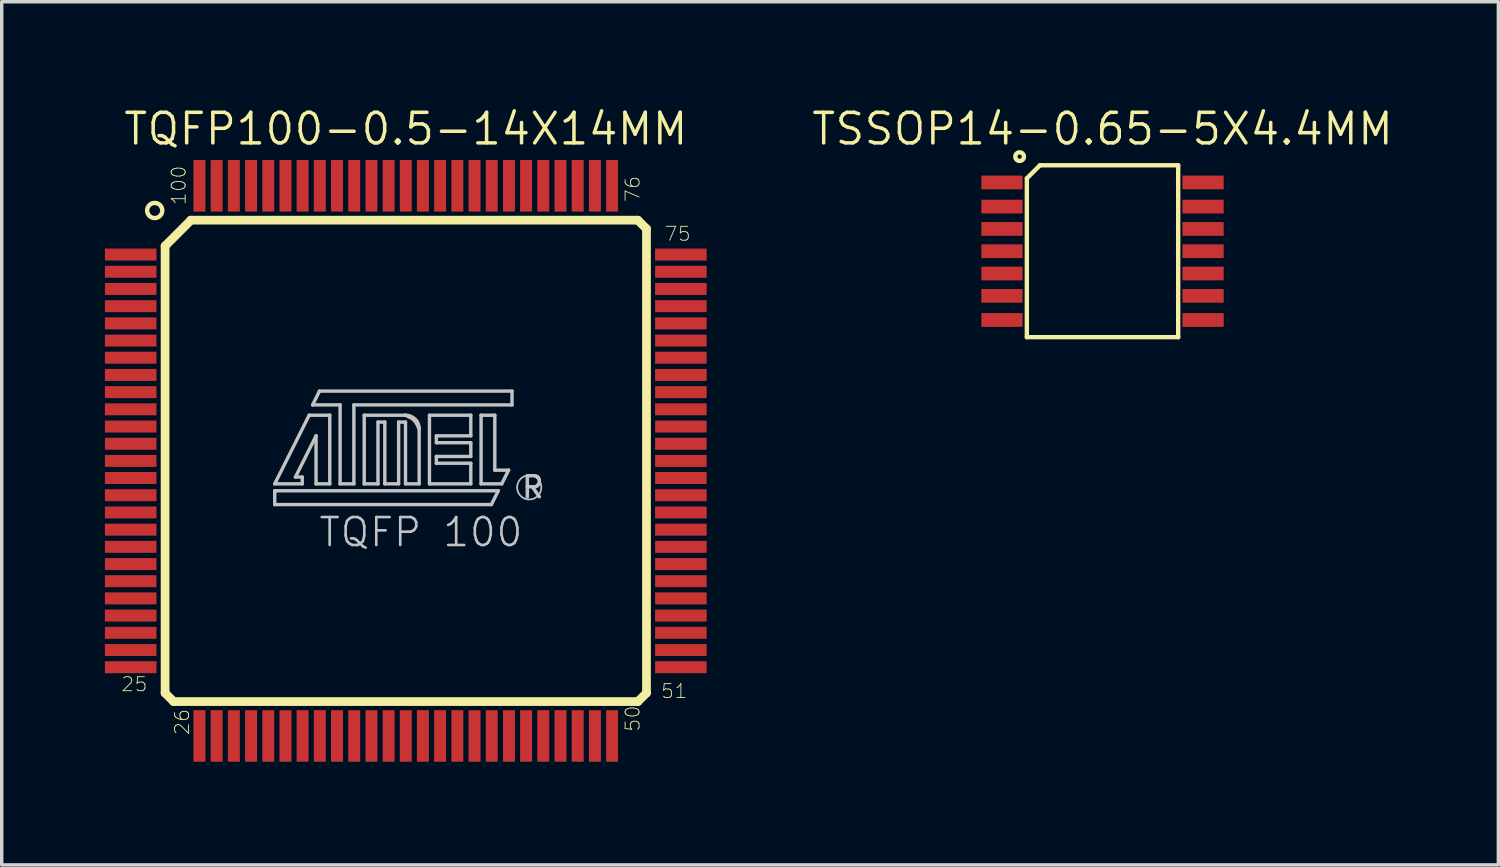
<source format=kicad_pcb>
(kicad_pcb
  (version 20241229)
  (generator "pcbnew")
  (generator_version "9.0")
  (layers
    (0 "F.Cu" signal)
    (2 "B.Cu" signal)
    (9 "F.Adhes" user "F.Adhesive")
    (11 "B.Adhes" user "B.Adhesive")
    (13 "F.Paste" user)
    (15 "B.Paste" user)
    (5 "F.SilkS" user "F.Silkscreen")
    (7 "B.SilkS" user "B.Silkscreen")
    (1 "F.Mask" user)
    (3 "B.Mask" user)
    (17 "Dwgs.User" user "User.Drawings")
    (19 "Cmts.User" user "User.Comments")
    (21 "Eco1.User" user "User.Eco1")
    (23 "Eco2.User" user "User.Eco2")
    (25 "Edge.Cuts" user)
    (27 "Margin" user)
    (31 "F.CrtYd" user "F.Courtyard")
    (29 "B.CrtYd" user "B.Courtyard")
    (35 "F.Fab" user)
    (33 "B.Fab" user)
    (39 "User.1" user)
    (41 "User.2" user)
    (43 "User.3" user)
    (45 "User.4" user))
  (footprint "TQFP100-0.5-14X14MM"
    (layer "F.Cu")
    (at 8.748 10.35)
    (property "Reference" "TQFP100-0.5-14X14MM" (at 0 -9.652 0) (layer "F.SilkS") (effects (font (size 0.889 0.889) (thickness 0.102))))
    (attr smd)
    (fp_line (start -6.998 -6.248) (end -6.248 -6.998) (stroke (width 0.254) (type solid)) (layer "F.SilkS"))
    (fp_line (start -6.998 6.749) (end -6.998 -6.248) (stroke (width 0.254) (type solid)) (layer "F.SilkS"))
    (fp_line (start -6.749 6.998) (end -6.998 6.749) (stroke (width 0.254) (type solid)) (layer "F.SilkS"))
    (fp_line (start -6.248 -6.998) (end 6.749 -6.998) (stroke (width 0.254) (type solid)) (layer "F.SilkS"))
    (fp_line (start 6.749 -6.998) (end 6.998 -6.749) (stroke (width 0.254) (type solid)) (layer "F.SilkS"))
    (fp_line (start 6.749 6.998) (end -6.749 6.998) (stroke (width 0.254) (type solid)) (layer "F.SilkS"))
    (fp_line (start 6.998 -6.749) (end 6.998 6.749) (stroke (width 0.254) (type solid)) (layer "F.SilkS"))
    (fp_line (start 6.998 6.749) (end 6.749 6.998) (stroke (width 0.254) (type solid)) (layer "F.SilkS"))
    (fp_circle (center -7.3 -7.28) (end -7.13 -7.14) (stroke (width 0.127) (type solid)) (fill no) (layer "F.SilkS"))
    (fp_line (start -3.81 0.668) (end -2.809 -1.328) (stroke (width 0.099) (type solid)) (layer "Dwgs.User"))
    (fp_line (start -3.81 0.869) (end -3.81 1.27) (stroke (width 0.099) (type solid)) (layer "Dwgs.User"))
    (fp_line (start -3.81 1.27) (end 2.489 1.27) (stroke (width 0.099) (type solid)) (layer "Dwgs.User"))
    (fp_line (start -3.208 0.47) (end -3.01 0.47) (stroke (width 0.099) (type solid)) (layer "Dwgs.User"))
    (fp_line (start -3.01 0.47) (end -3.01 0.668) (stroke (width 0.099) (type solid)) (layer "Dwgs.User"))
    (fp_line (start -3.01 0.668) (end -3.81 0.668) (stroke (width 0.099) (type solid)) (layer "Dwgs.User"))
    (fp_line (start -2.809 -1.328) (end -2.21 -1.328) (stroke (width 0.099) (type solid)) (layer "Dwgs.User"))
    (fp_line (start -2.708 -1.628) (end -2.51 -2.029) (stroke (width 0.099) (type solid)) (layer "Dwgs.User"))
    (fp_line (start -2.609 -0.729) (end -3.208 0.47) (stroke (width 0.099) (type solid)) (layer "Dwgs.User"))
    (fp_line (start -2.609 0.668) (end -2.609 -0.729) (stroke (width 0.099) (type solid)) (layer "Dwgs.User"))
    (fp_line (start -2.51 -2.029) (end 3.089 -2.029) (stroke (width 0.099) (type solid)) (layer "Dwgs.User"))
    (fp_line (start -2.21 -1.328) (end -2.21 0.668) (stroke (width 0.099) (type solid)) (layer "Dwgs.User"))
    (fp_line (start -2.21 0.668) (end -2.609 0.668) (stroke (width 0.099) (type solid)) (layer "Dwgs.User"))
    (fp_line (start -1.91 -1.628) (end -2.708 -1.628) (stroke (width 0.099) (type solid)) (layer "Dwgs.User"))
    (fp_line (start -1.91 0.668) (end -1.91 -1.628) (stroke (width 0.099) (type solid)) (layer "Dwgs.User"))
    (fp_line (start -1.509 -1.628) (end -1.509 0.668) (stroke (width 0.099) (type solid)) (layer "Dwgs.User"))
    (fp_line (start -1.509 0.668) (end -1.91 0.668) (stroke (width 0.099) (type solid)) (layer "Dwgs.User"))
    (fp_line (start -1.209 -1.328) (end -1.209 0.668) (stroke (width 0.099) (type solid)) (layer "Dwgs.User"))
    (fp_line (start -1.209 0.668) (end -0.808 0.668) (stroke (width 0.099) (type solid)) (layer "Dwgs.User"))
    (fp_line (start -0.808 -1.128) (end -0.61 -1.128) (stroke (width 0.099) (type solid)) (layer "Dwgs.User"))
    (fp_line (start -0.808 0.668) (end -0.808 -1.128) (stroke (width 0.099) (type solid)) (layer "Dwgs.User"))
    (fp_line (start -0.61 -1.128) (end -0.61 0.668) (stroke (width 0.099) (type solid)) (layer "Dwgs.User"))
    (fp_line (start -0.61 0.668) (end -0.208 0.668) (stroke (width 0.099) (type solid)) (layer "Dwgs.User"))
    (fp_line (start -0.208 -1.128) (end -0.008 -1.128) (stroke (width 0.099) (type solid)) (layer "Dwgs.User"))
    (fp_line (start -0.208 0.668) (end -0.208 -1.128) (stroke (width 0.099) (type solid)) (layer "Dwgs.User"))
    (fp_line (start -0.008 -1.328) (end -1.209 -1.328) (stroke (width 0.099) (type solid)) (layer "Dwgs.User"))
    (fp_line (start -0.008 -1.128) (end -0.008 0.668) (stroke (width 0.099) (type solid)) (layer "Dwgs.User"))
    (fp_line (start -0.008 0.668) (end 0.389 0.668) (stroke (width 0.099) (type solid)) (layer "Dwgs.User"))
    (fp_line (start 0.188 -1.229) (end -0.008 -1.328) (stroke (width 0.099) (type solid)) (layer "Dwgs.User"))
    (fp_line (start 0.29 -1.128) (end 0.188 -1.229) (stroke (width 0.099) (type solid)) (layer "Dwgs.User"))
    (fp_line (start 0.389 -0.93) (end 0.29 -1.128) (stroke (width 0.099) (type solid)) (layer "Dwgs.User"))
    (fp_line (start 0.389 0.668) (end 0.389 -0.93) (stroke (width 0.099) (type solid)) (layer "Dwgs.User"))
    (fp_line (start 0.688 -1.328) (end 0.688 0.668) (stroke (width 0.099) (type solid)) (layer "Dwgs.User"))
    (fp_line (start 0.688 0.668) (end 1.89 0.668) (stroke (width 0.099) (type solid)) (layer "Dwgs.User"))
    (fp_line (start 0.889 -0.729) (end 1.89 -0.729) (stroke (width 0.099) (type solid)) (layer "Dwgs.User"))
    (fp_line (start 0.889 -0.528) (end 0.889 -0.729) (stroke (width 0.099) (type solid)) (layer "Dwgs.User"))
    (fp_line (start 0.889 -0.13) (end 1.89 -0.13) (stroke (width 0.099) (type solid)) (layer "Dwgs.User"))
    (fp_line (start 0.889 0.069) (end 0.889 -0.13) (stroke (width 0.099) (type solid)) (layer "Dwgs.User"))
    (fp_line (start 1.89 -1.328) (end 0.688 -1.328) (stroke (width 0.099) (type solid)) (layer "Dwgs.User"))
    (fp_line (start 1.89 -0.729) (end 1.89 -1.328) (stroke (width 0.099) (type solid)) (layer "Dwgs.User"))
    (fp_line (start 1.89 -0.528) (end 0.889 -0.528) (stroke (width 0.099) (type solid)) (layer "Dwgs.User"))
    (fp_line (start 1.89 -0.13) (end 1.89 -0.528) (stroke (width 0.099) (type solid)) (layer "Dwgs.User"))
    (fp_line (start 1.89 0.069) (end 0.889 0.069) (stroke (width 0.099) (type solid)) (layer "Dwgs.User"))
    (fp_line (start 1.89 0.668) (end 1.89 0.069) (stroke (width 0.099) (type solid)) (layer "Dwgs.User"))
    (fp_line (start 2.189 -1.328) (end 2.189 0.668) (stroke (width 0.099) (type solid)) (layer "Dwgs.User"))
    (fp_line (start 2.189 0.668) (end 2.789 0.668) (stroke (width 0.099) (type solid)) (layer "Dwgs.User"))
    (fp_line (start 2.489 1.27) (end 2.69 0.869) (stroke (width 0.099) (type solid)) (layer "Dwgs.User"))
    (fp_line (start 2.588 -1.328) (end 2.189 -1.328) (stroke (width 0.099) (type solid)) (layer "Dwgs.User"))
    (fp_line (start 2.588 0.269) (end 2.588 -1.328) (stroke (width 0.099) (type solid)) (layer "Dwgs.User"))
    (fp_line (start 2.69 0.869) (end -3.81 0.869) (stroke (width 0.099) (type solid)) (layer "Dwgs.User"))
    (fp_line (start 2.789 0.668) (end 2.99 0.269) (stroke (width 0.099) (type solid)) (layer "Dwgs.User"))
    (fp_line (start 2.99 0.269) (end 2.588 0.269) (stroke (width 0.099) (type solid)) (layer "Dwgs.User"))
    (fp_line (start 3.089 -2.029) (end 3.089 -1.628) (stroke (width 0.099) (type solid)) (layer "Dwgs.User"))
    (fp_line (start 3.089 -1.628) (end -1.509 -1.628) (stroke (width 0.099) (type solid)) (layer "Dwgs.User"))
    (fp_arc (start -0.00762 -1.32842) (mid 0.27436 -1.21162) (end 0.39116 -0.92964) (stroke (width 0.1016) (type solid)) (layer "Dwgs.User"))
    (fp_circle (center 3.589 0.77) (end 3.838 1.019) (stroke (width 0.051) (type solid)) (fill no) (layer "Dwgs.User"))
    (fp_text user "25" (at -7.892 6.495 0) (layer "F.SilkS") (effects (font (size 0.406 0.406) (thickness 0.025))))
    (fp_text user "76" (at 6.596 -7.904 90) (layer "F.SilkS") (effects (font (size 0.406 0.406) (thickness 0.025))))
    (fp_text user "51" (at 7.805 6.695 0) (layer "F.SilkS") (effects (font (size 0.406 0.406) (thickness 0.025))))
    (fp_text user "100" (at -6.601 -8.009 90) (layer "F.SilkS") (effects (font (size 0.406 0.406) (thickness 0.025))))
    (fp_text user "50" (at 6.596 7.493 90) (layer "F.SilkS") (effects (font (size 0.406 0.406) (thickness 0.025))))
    (fp_text user "26" (at -6.502 7.592 90) (layer "F.SilkS") (effects (font (size 0.406 0.406) (thickness 0.025))))
    (fp_text user "75" (at 7.904 -6.601 0) (layer "F.SilkS") (effects (font (size 0.406 0.406) (thickness 0.025))))
    (fp_text user "TQFP 100" (at 0.439 2.073 0) (layer "Dwgs.User") (effects (font (size 0.813 0.813) (thickness 0.076))))
    (fp_text user "R" (at 3.693 0.765 0) (layer "Dwgs.User") (effects (font (size 0.61 0.61) (thickness 0.102))))
    (pad "1" smd rect (at -7.998 -5.999) (size 1.499 0.348) (layers "F.Cu" "F.Mask" "F.Paste"))
    (pad "2" smd rect (at -7.998 -5.499) (size 1.499 0.348) (layers "F.Cu" "F.Mask" "F.Paste"))
    (pad "3" smd rect (at -7.998 -4.999) (size 1.499 0.348) (layers "F.Cu" "F.Mask" "F.Paste"))
    (pad "4" smd rect (at -7.998 -4.498) (size 1.499 0.348) (layers "F.Cu" "F.Mask" "F.Paste"))
    (pad "5" smd rect (at -7.998 -3.998) (size 1.499 0.348) (layers "F.Cu" "F.Mask" "F.Paste"))
    (pad "6" smd rect (at -7.998 -3.498) (size 1.499 0.348) (layers "F.Cu" "F.Mask" "F.Paste"))
    (pad "7" smd rect (at -7.998 -3) (size 1.499 0.348) (layers "F.Cu" "F.Mask" "F.Paste"))
    (pad "8" smd rect (at -7.998 -2.499) (size 1.499 0.348) (layers "F.Cu" "F.Mask" "F.Paste"))
    (pad "9" smd rect (at -7.998 -1.999) (size 1.499 0.348) (layers "F.Cu" "F.Mask" "F.Paste"))
    (pad "10" smd rect (at -7.998 -1.499) (size 1.499 0.348) (layers "F.Cu" "F.Mask" "F.Paste"))
    (pad "11" smd rect (at -7.998 -0.998) (size 1.499 0.348) (layers "F.Cu" "F.Mask" "F.Paste"))
    (pad "12" smd rect (at -7.998 -0.498) (size 1.499 0.348) (layers "F.Cu" "F.Mask" "F.Paste"))
    (pad "13" smd rect (at -7.998 0) (size 1.499 0.348) (layers "F.Cu" "F.Mask" "F.Paste"))
    (pad "14" smd rect (at -7.998 0.498) (size 1.499 0.348) (layers "F.Cu" "F.Mask" "F.Paste"))
    (pad "15" smd rect (at -7.998 0.998) (size 1.499 0.348) (layers "F.Cu" "F.Mask" "F.Paste"))
    (pad "16" smd rect (at -7.998 1.499) (size 1.499 0.348) (layers "F.Cu" "F.Mask" "F.Paste"))
    (pad "17" smd rect (at -7.998 1.999) (size 1.499 0.348) (layers "F.Cu" "F.Mask" "F.Paste"))
    (pad "18" smd rect (at -7.998 2.499) (size 1.499 0.348) (layers "F.Cu" "F.Mask" "F.Paste"))
    (pad "19" smd rect (at -7.998 3) (size 1.499 0.348) (layers "F.Cu" "F.Mask" "F.Paste"))
    (pad "20" smd rect (at -7.998 3.498) (size 1.499 0.348) (layers "F.Cu" "F.Mask" "F.Paste"))
    (pad "21" smd rect (at -7.998 3.998) (size 1.499 0.348) (layers "F.Cu" "F.Mask" "F.Paste"))
    (pad "22" smd rect (at -7.998 4.498) (size 1.499 0.348) (layers "F.Cu" "F.Mask" "F.Paste"))
    (pad "23" smd rect (at -7.998 4.999) (size 1.499 0.348) (layers "F.Cu" "F.Mask" "F.Paste"))
    (pad "24" smd rect (at -7.998 5.499) (size 1.499 0.348) (layers "F.Cu" "F.Mask" "F.Paste"))
    (pad "25" smd rect (at -7.998 5.999) (size 1.499 0.348) (layers "F.Cu" "F.Mask" "F.Paste"))
    (pad "26" smd rect (at -5.999 7.998) (size 0.348 1.499) (layers "F.Cu" "F.Mask" "F.Paste"))
    (pad "27" smd rect (at -5.499 7.998) (size 0.348 1.499) (layers "F.Cu" "F.Mask" "F.Paste"))
    (pad "28" smd rect (at -4.999 7.998) (size 0.348 1.499) (layers "F.Cu" "F.Mask" "F.Paste"))
    (pad "29" smd rect (at -4.498 7.998) (size 0.348 1.499) (layers "F.Cu" "F.Mask" "F.Paste"))
    (pad "30" smd rect (at -3.998 7.998) (size 0.348 1.499) (layers "F.Cu" "F.Mask" "F.Paste"))
    (pad "31" smd rect (at -3.498 7.998) (size 0.348 1.499) (layers "F.Cu" "F.Mask" "F.Paste"))
    (pad "32" smd rect (at -3 7.998) (size 0.348 1.499) (layers "F.Cu" "F.Mask" "F.Paste"))
    (pad "33" smd rect (at -2.499 7.998) (size 0.348 1.499) (layers "F.Cu" "F.Mask" "F.Paste"))
    (pad "34" smd rect (at -1.999 7.998) (size 0.348 1.499) (layers "F.Cu" "F.Mask" "F.Paste"))
    (pad "35" smd rect (at -1.499 7.998) (size 0.348 1.499) (layers "F.Cu" "F.Mask" "F.Paste"))
    (pad "36" smd rect (at -0.998 7.998) (size 0.348 1.499) (layers "F.Cu" "F.Mask" "F.Paste"))
    (pad "37" smd rect (at -0.498 7.998) (size 0.348 1.499) (layers "F.Cu" "F.Mask" "F.Paste"))
    (pad "38" smd rect (at 0 7.998) (size 0.348 1.499) (layers "F.Cu" "F.Mask" "F.Paste"))
    (pad "39" smd rect (at 0.498 7.998) (size 0.348 1.499) (layers "F.Cu" "F.Mask" "F.Paste"))
    (pad "40" smd rect (at 0.998 7.998) (size 0.348 1.499) (layers "F.Cu" "F.Mask" "F.Paste"))
    (pad "41" smd rect (at 1.499 7.998) (size 0.348 1.499) (layers "F.Cu" "F.Mask" "F.Paste"))
    (pad "42" smd rect (at 1.999 7.998) (size 0.348 1.499) (layers "F.Cu" "F.Mask" "F.Paste"))
    (pad "43" smd rect (at 2.499 7.998) (size 0.348 1.499) (layers "F.Cu" "F.Mask" "F.Paste"))
    (pad "44" smd rect (at 3 7.998) (size 0.348 1.499) (layers "F.Cu" "F.Mask" "F.Paste"))
    (pad "45" smd rect (at 3.498 7.998) (size 0.348 1.499) (layers "F.Cu" "F.Mask" "F.Paste"))
    (pad "46" smd rect (at 3.998 7.998) (size 0.348 1.499) (layers "F.Cu" "F.Mask" "F.Paste"))
    (pad "47" smd rect (at 4.498 7.998) (size 0.348 1.499) (layers "F.Cu" "F.Mask" "F.Paste"))
    (pad "48" smd rect (at 4.999 7.998) (size 0.348 1.499) (layers "F.Cu" "F.Mask" "F.Paste"))
    (pad "49" smd rect (at 5.499 7.998) (size 0.348 1.499) (layers "F.Cu" "F.Mask" "F.Paste"))
    (pad "50" smd rect (at 5.999 7.998) (size 0.348 1.499) (layers "F.Cu" "F.Mask" "F.Paste"))
    (pad "51" smd rect (at 7.998 5.999) (size 1.499 0.348) (layers "F.Cu" "F.Mask" "F.Paste"))
    (pad "52" smd rect (at 7.998 5.499) (size 1.499 0.348) (layers "F.Cu" "F.Mask" "F.Paste"))
    (pad "53" smd rect (at 7.998 4.999) (size 1.499 0.348) (layers "F.Cu" "F.Mask" "F.Paste"))
    (pad "54" smd rect (at 7.998 4.498) (size 1.499 0.348) (layers "F.Cu" "F.Mask" "F.Paste"))
    (pad "55" smd rect (at 7.998 3.998) (size 1.499 0.348) (layers "F.Cu" "F.Mask" "F.Paste"))
    (pad "56" smd rect (at 7.998 3.498) (size 1.499 0.348) (layers "F.Cu" "F.Mask" "F.Paste"))
    (pad "57" smd rect (at 7.998 3) (size 1.499 0.348) (layers "F.Cu" "F.Mask" "F.Paste"))
    (pad "58" smd rect (at 7.998 2.499) (size 1.499 0.348) (layers "F.Cu" "F.Mask" "F.Paste"))
    (pad "59" smd rect (at 7.998 1.999) (size 1.499 0.348) (layers "F.Cu" "F.Mask" "F.Paste"))
    (pad "60" smd rect (at 7.998 1.499) (size 1.499 0.348) (layers "F.Cu" "F.Mask" "F.Paste"))
    (pad "61" smd rect (at 7.998 0.998) (size 1.499 0.348) (layers "F.Cu" "F.Mask" "F.Paste"))
    (pad "62" smd rect (at 7.998 0.498) (size 1.499 0.348) (layers "F.Cu" "F.Mask" "F.Paste"))
    (pad "63" smd rect (at 7.998 0) (size 1.499 0.348) (layers "F.Cu" "F.Mask" "F.Paste"))
    (pad "64" smd rect (at 7.998 -0.498) (size 1.499 0.348) (layers "F.Cu" "F.Mask" "F.Paste"))
    (pad "65" smd rect (at 7.998 -0.998) (size 1.499 0.348) (layers "F.Cu" "F.Mask" "F.Paste"))
    (pad "66" smd rect (at 7.998 -1.499) (size 1.499 0.348) (layers "F.Cu" "F.Mask" "F.Paste"))
    (pad "67" smd rect (at 7.998 -1.999) (size 1.499 0.348) (layers "F.Cu" "F.Mask" "F.Paste"))
    (pad "68" smd rect (at 7.998 -2.499) (size 1.499 0.348) (layers "F.Cu" "F.Mask" "F.Paste"))
    (pad "69" smd rect (at 7.998 -3) (size 1.499 0.348) (layers "F.Cu" "F.Mask" "F.Paste"))
    (pad "70" smd rect (at 7.998 -3.498) (size 1.499 0.348) (layers "F.Cu" "F.Mask" "F.Paste"))
    (pad "71" smd rect (at 7.998 -3.998) (size 1.499 0.348) (layers "F.Cu" "F.Mask" "F.Paste"))
    (pad "72" smd rect (at 7.998 -4.498) (size 1.499 0.348) (layers "F.Cu" "F.Mask" "F.Paste"))
    (pad "73" smd rect (at 7.998 -4.999) (size 1.499 0.348) (layers "F.Cu" "F.Mask" "F.Paste"))
    (pad "74" smd rect (at 7.998 -5.499) (size 1.499 0.348) (layers "F.Cu" "F.Mask" "F.Paste"))
    (pad "75" smd rect (at 7.998 -5.999) (size 1.499 0.348) (layers "F.Cu" "F.Mask" "F.Paste"))
    (pad "76" smd rect (at 5.999 -7.998) (size 0.348 1.499) (layers "F.Cu" "F.Mask" "F.Paste"))
    (pad "77" smd rect (at 5.499 -7.998) (size 0.348 1.499) (layers "F.Cu" "F.Mask" "F.Paste"))
    (pad "78" smd rect (at 4.999 -7.998) (size 0.348 1.499) (layers "F.Cu" "F.Mask" "F.Paste"))
    (pad "79" smd rect (at 4.498 -7.998) (size 0.348 1.499) (layers "F.Cu" "F.Mask" "F.Paste"))
    (pad "80" smd rect (at 3.998 -7.998) (size 0.348 1.499) (layers "F.Cu" "F.Mask" "F.Paste"))
    (pad "81" smd rect (at 3.498 -7.998) (size 0.348 1.499) (layers "F.Cu" "F.Mask" "F.Paste"))
    (pad "82" smd rect (at 3 -7.998) (size 0.348 1.499) (layers "F.Cu" "F.Mask" "F.Paste"))
    (pad "83" smd rect (at 2.499 -7.998) (size 0.348 1.499) (layers "F.Cu" "F.Mask" "F.Paste"))
    (pad "84" smd rect (at 1.999 -7.998) (size 0.348 1.499) (layers "F.Cu" "F.Mask" "F.Paste"))
    (pad "85" smd rect (at 1.499 -7.998) (size 0.348 1.499) (layers "F.Cu" "F.Mask" "F.Paste"))
    (pad "86" smd rect (at 0.998 -7.998) (size 0.348 1.499) (layers "F.Cu" "F.Mask" "F.Paste"))
    (pad "87" smd rect (at 0.498 -7.998) (size 0.348 1.499) (layers "F.Cu" "F.Mask" "F.Paste"))
    (pad "88" smd rect (at 0 -7.998) (size 0.348 1.499) (layers "F.Cu" "F.Mask" "F.Paste"))
    (pad "89" smd rect (at -0.498 -7.998) (size 0.348 1.499) (layers "F.Cu" "F.Mask" "F.Paste"))
    (pad "90" smd rect (at -0.998 -7.998) (size 0.348 1.499) (layers "F.Cu" "F.Mask" "F.Paste"))
    (pad "91" smd rect (at -1.499 -7.998) (size 0.348 1.499) (layers "F.Cu" "F.Mask" "F.Paste"))
    (pad "92" smd rect (at -1.999 -7.998) (size 0.348 1.499) (layers "F.Cu" "F.Mask" "F.Paste"))
    (pad "93" smd rect (at -2.499 -7.998) (size 0.348 1.499) (layers "F.Cu" "F.Mask" "F.Paste"))
    (pad "94" smd rect (at -3 -7.998) (size 0.348 1.499) (layers "F.Cu" "F.Mask" "F.Paste"))
    (pad "95" smd rect (at -3.498 -7.998) (size 0.348 1.499) (layers "F.Cu" "F.Mask" "F.Paste"))
    (pad "96" smd rect (at -3.998 -7.998) (size 0.348 1.499) (layers "F.Cu" "F.Mask" "F.Paste"))
    (pad "97" smd rect (at -4.498 -7.998) (size 0.348 1.499) (layers "F.Cu" "F.Mask" "F.Paste"))
    (pad "98" smd rect (at -4.999 -7.998) (size 0.348 1.499) (layers "F.Cu" "F.Mask" "F.Paste"))
    (pad "99" smd rect (at -5.499 -7.998) (size 0.348 1.499) (layers "F.Cu" "F.Mask" "F.Paste"))
    (pad "100" smd rect (at -5.999 -7.998) (size 0.348 1.499) (layers "F.Cu" "F.Mask" "F.Paste")))
  (footprint "TSSOP14-0.65-5X4.4MM"
    (layer "F.Cu")
    (at 29.005 4.254)
    (property "Reference" "TSSOP14-0.65-5X4.4MM" (at 0 -3.556 0) (layer "F.SilkS") (effects (font (size 0.889 0.889) (thickness 0.102))))
    (attr smd)
    (fp_line (start -2.2 -2.118) (end -1.819 -2.499) (stroke (width 0.127) (type solid)) (layer "F.SilkS"))
    (fp_line (start -2.2 2.499) (end -2.2 -2.118) (stroke (width 0.127) (type solid)) (layer "F.SilkS"))
    (fp_line (start -1.819 -2.499) (end 2.2 -2.499) (stroke (width 0.127) (type solid)) (layer "F.SilkS"))
    (fp_line (start 2.2 -2.499) (end 2.2 2.499) (stroke (width 0.127) (type solid)) (layer "F.SilkS"))
    (fp_line (start 2.2 2.499) (end -2.2 2.499) (stroke (width 0.127) (type solid)) (layer "F.SilkS"))
    (fp_circle (center -2.41 -2.75) (end -2.47 -2.64) (stroke (width 0.127) (type solid)) (fill no) (layer "F.SilkS"))
    (pad "1" smd rect (at -2.924 -1.999 270) (size 0.399 1.199) (layers "F.Cu" "F.Mask" "F.Paste"))
    (pad "2" smd rect (at -2.924 -1.298 270) (size 0.399 1.199) (layers "F.Cu" "F.Mask" "F.Paste"))
    (pad "3" smd rect (at -2.924 -0.648 270) (size 0.399 1.199) (layers "F.Cu" "F.Mask" "F.Paste"))
    (pad "4" smd rect (at -2.924 0 270) (size 0.399 1.199) (layers "F.Cu" "F.Mask" "F.Paste"))
    (pad "5" smd rect (at -2.924 0.648 270) (size 0.399 1.199) (layers "F.Cu" "F.Mask" "F.Paste"))
    (pad "6" smd rect (at -2.924 1.298 270) (size 0.399 1.199) (layers "F.Cu" "F.Mask" "F.Paste"))
    (pad "7" smd rect (at -2.924 1.999 270) (size 0.399 1.199) (layers "F.Cu" "F.Mask" "F.Paste"))
    (pad "8" smd rect (at 2.924 1.999 90) (size 0.399 1.199) (layers "F.Cu" "F.Mask" "F.Paste"))
    (pad "9" smd rect (at 2.924 1.298 270) (size 0.399 1.199) (layers "F.Cu" "F.Mask" "F.Paste"))
    (pad "10" smd rect (at 2.924 0.648 270) (size 0.399 1.199) (layers "F.Cu" "F.Mask" "F.Paste"))
    (pad "11" smd rect (at 2.924 0 270) (size 0.399 1.199) (layers "F.Cu" "F.Mask" "F.Paste"))
    (pad "12" smd rect (at 2.924 -0.648 270) (size 0.399 1.199) (layers "F.Cu" "F.Mask" "F.Paste"))
    (pad "13" smd rect (at 2.924 -1.298 270) (size 0.399 1.199) (layers "F.Cu" "F.Mask" "F.Paste"))
    (pad "14" smd rect (at 2.924 -1.999 270) (size 0.399 1.199) (layers "F.Cu" "F.Mask" "F.Paste")))
  (gr_rect
    (start -3 -3)
    (end 40.514 22.098)
    (stroke (width 0.1) (type default))
    (fill no)
    (layer "Edge.Cuts")))
</source>
